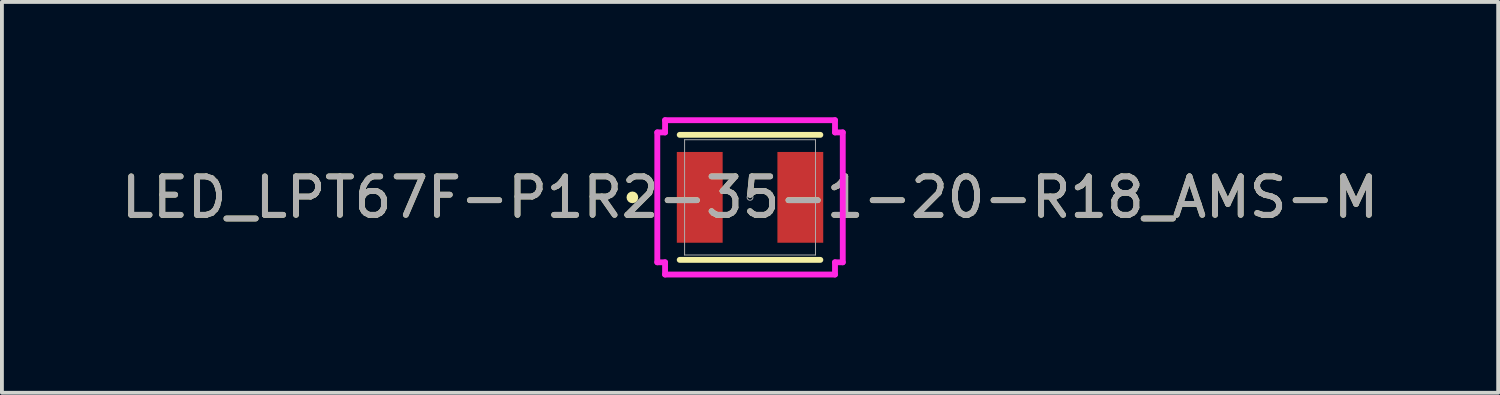
<source format=kicad_pcb>
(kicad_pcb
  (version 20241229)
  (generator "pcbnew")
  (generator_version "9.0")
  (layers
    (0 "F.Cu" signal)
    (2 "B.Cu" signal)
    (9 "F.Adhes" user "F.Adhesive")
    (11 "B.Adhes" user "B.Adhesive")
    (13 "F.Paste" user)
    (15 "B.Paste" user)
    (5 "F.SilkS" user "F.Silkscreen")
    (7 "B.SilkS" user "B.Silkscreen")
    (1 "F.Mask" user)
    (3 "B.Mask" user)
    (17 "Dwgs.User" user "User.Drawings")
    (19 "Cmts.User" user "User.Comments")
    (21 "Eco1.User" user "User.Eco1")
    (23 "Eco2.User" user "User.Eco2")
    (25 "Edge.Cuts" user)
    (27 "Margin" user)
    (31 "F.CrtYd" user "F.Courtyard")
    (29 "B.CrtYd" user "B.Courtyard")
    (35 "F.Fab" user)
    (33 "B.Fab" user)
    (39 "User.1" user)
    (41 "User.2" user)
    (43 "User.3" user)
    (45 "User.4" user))
  (footprint "LED_LPT67F-P1R2-35-1-20-R18_AMS-M"
    (layer "F.Cu")
    (at 16.458 2.083)
    (property "Reference" "LED_LPT67F-P1R2-35-1-20-R18_AMS-M" (at 0 0 0) (unlocked yes) (layer "F.SilkS") (effects (font (size 1 1) (thickness 0.15))))
    (attr smd)
    (fp_line (start -1.829 1.626) (end 1.829 1.626) (stroke (width 0.152) (type solid)) (layer "F.SilkS"))
    (fp_line (start 1.829 -1.626) (end -1.829 -1.626) (stroke (width 0.152) (type solid)) (layer "F.SilkS"))
    (fp_circle (center -3.06 0) (end -2.984 0) (stroke (width 0.152) (type solid)) (fill no) (layer "F.SilkS"))
    (fp_line (start -2.412 -1.689) (end -2.21 -1.689) (stroke (width 0.152) (type solid)) (layer "F.CrtYd"))
    (fp_line (start -2.412 1.689) (end -2.412 -1.689) (stroke (width 0.152) (type solid)) (layer "F.CrtYd"))
    (fp_line (start -2.412 1.689) (end -2.21 1.689) (stroke (width 0.152) (type solid)) (layer "F.CrtYd"))
    (fp_line (start -2.21 -2.007) (end 2.21 -2.007) (stroke (width 0.152) (type solid)) (layer "F.CrtYd"))
    (fp_line (start -2.21 -1.689) (end -2.21 -2.007) (stroke (width 0.152) (type solid)) (layer "F.CrtYd"))
    (fp_line (start -2.21 2.007) (end -2.21 1.689) (stroke (width 0.152) (type solid)) (layer "F.CrtYd"))
    (fp_line (start 2.21 -2.007) (end 2.21 -1.689) (stroke (width 0.152) (type solid)) (layer "F.CrtYd"))
    (fp_line (start 2.21 1.689) (end 2.21 2.007) (stroke (width 0.152) (type solid)) (layer "F.CrtYd"))
    (fp_line (start 2.21 2.007) (end -2.21 2.007) (stroke (width 0.152) (type solid)) (layer "F.CrtYd"))
    (fp_line (start 2.412 -1.689) (end 2.21 -1.689) (stroke (width 0.152) (type solid)) (layer "F.CrtYd"))
    (fp_line (start 2.412 -1.689) (end 2.412 1.689) (stroke (width 0.152) (type solid)) (layer "F.CrtYd"))
    (fp_line (start 2.412 1.689) (end 2.21 1.689) (stroke (width 0.152) (type solid)) (layer "F.CrtYd"))
    (fp_line (start -1.702 -1.499) (end -1.702 1.499) (stroke (width 0.025) (type solid)) (layer "F.Fab"))
    (fp_line (start -1.702 1.499) (end 1.702 1.499) (stroke (width 0.025) (type solid)) (layer "F.Fab"))
    (fp_line (start 1.702 -1.499) (end -1.702 -1.499) (stroke (width 0.025) (type solid)) (layer "F.Fab"))
    (fp_line (start 1.702 1.499) (end 1.702 -1.499) (stroke (width 0.025) (type solid)) (layer "F.Fab"))
    (fp_circle (center 0 0) (end 0.076 0) (stroke (width 0.025) (type solid)) (fill no) (layer "F.Fab"))
    (fp_text user "${REFERENCE}" (at 0 0 0) (unlocked yes) (layer "F.Fab") (effects (font (size 1 1) (thickness 0.15))))
    (pad "1" smd rect (at -1.308 0) (size 1.192 2.361) (layers "F.Cu" "F.Mask" "F.Paste"))
    (pad "2" smd rect (at 1.308 0) (size 1.192 2.361) (layers "F.Cu" "F.Mask" "F.Paste")))
  (gr_rect
    (start -3 -3)
    (end 35.917 7.166)
    (stroke (width 0.1) (type default))
    (fill no)
    (layer "Edge.Cuts")))
</source>
